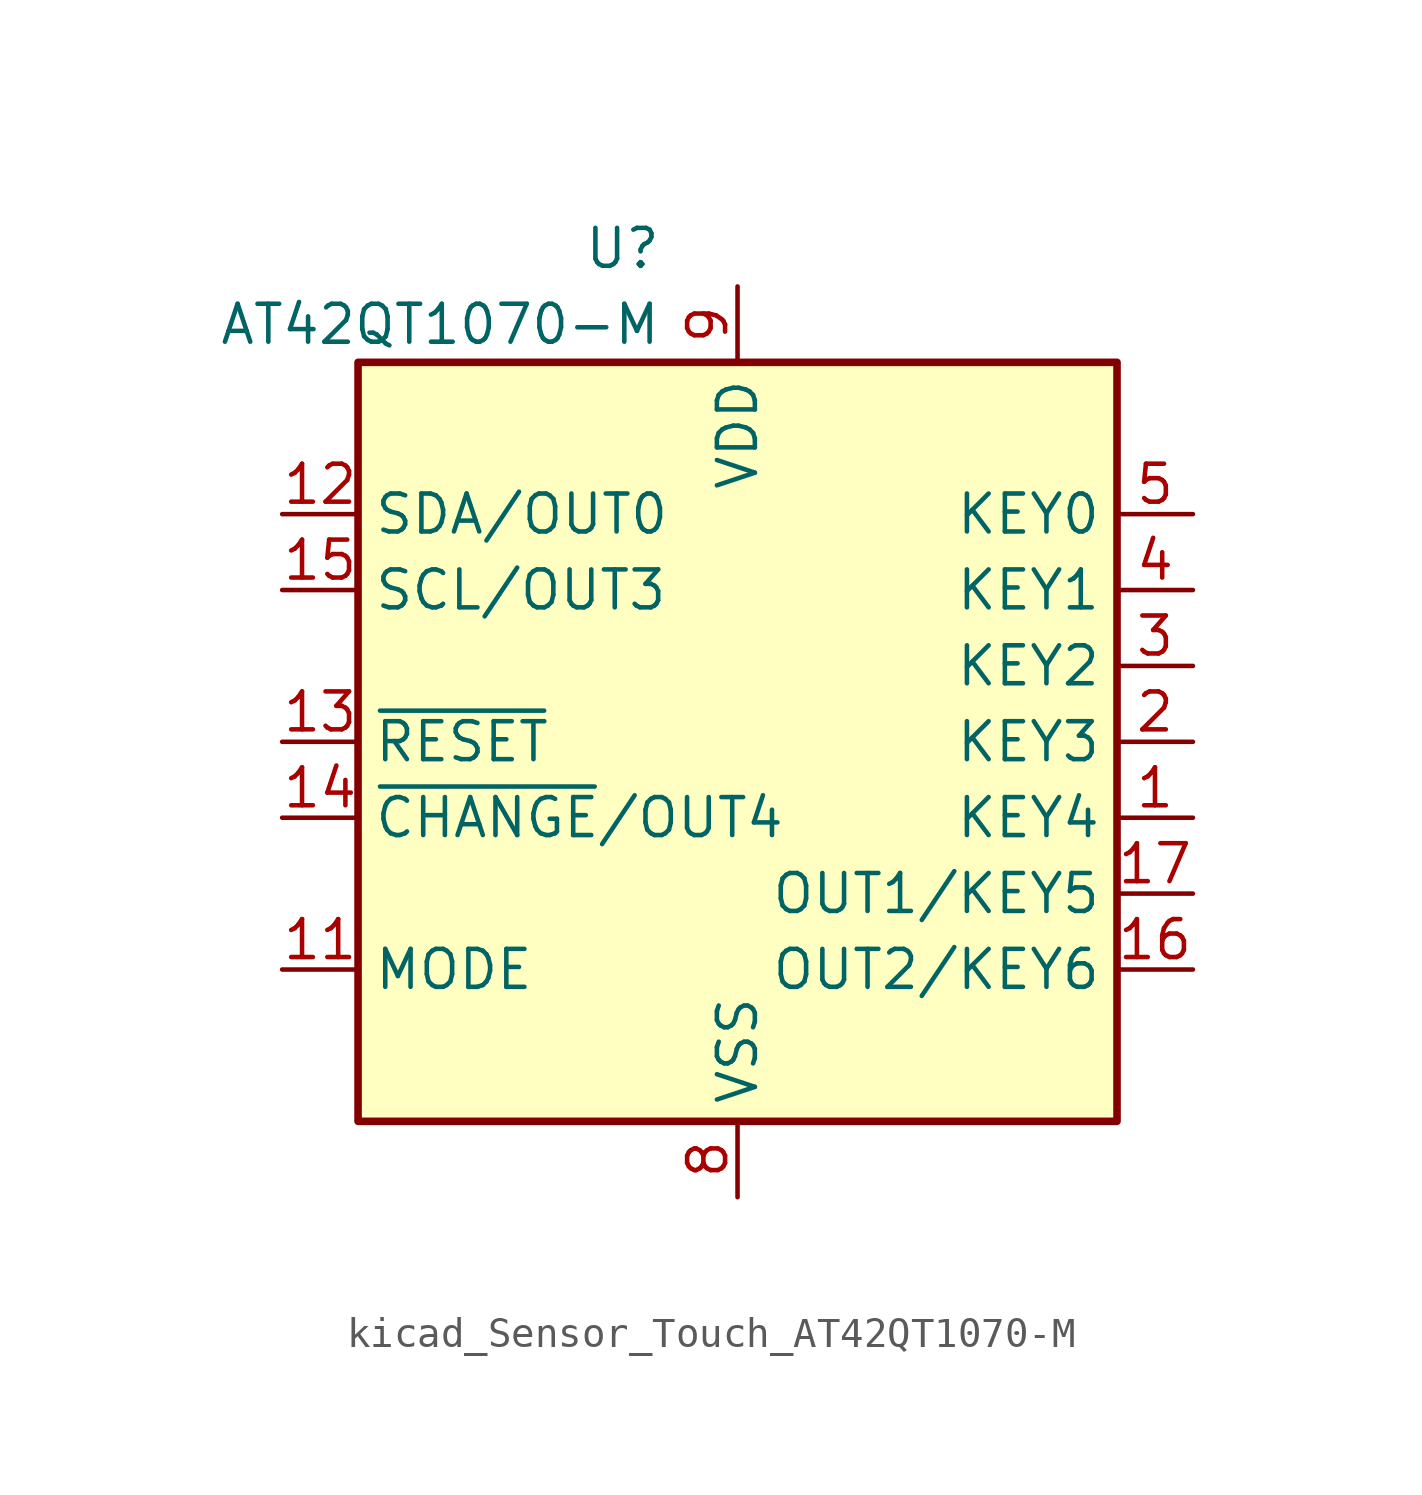
<source format=kicad_sym>
(kicad_symbol_lib
  (version 20220914)
  (generator kicad_symbol_editor)
  (symbol "kicad_Sensor_Touch_AT42QT1070-M"
    (property "Reference" "U"
      (at -2.54 16.51 0)
      (effects (font (size 1.27 1.27)) (justify right)))
    (property "Value" "AT42QT1070-M"
      (at -2.54 13.97 0)
      (effects (font (size 1.27 1.27)) (justify right)))
    (symbol "kicad_Sensor_Touch_AT42QT1070-M_0_1"
      (rectangle (start -12.7 12.7) (end 12.7 -12.7) (stroke (width 0.254) (type default)) (fill (type background))))
    (symbol "kicad_Sensor_Touch_AT42QT1070-M_1_1"
      (pin passive line (at 15.24 -2.54 180) (length 2.54) (name "KEY4" (effects (font (size 1.27 1.27)))) (number "1" (effects (font (size 1.27 1.27)))))
      (pin no_connect line (at -5.08 -12.7 90) (length 2.54) hide (name "NC" (effects (font (size 1.27 1.27)))) (number "10" (effects (font (size 1.27 1.27)))))
      (pin input line (at -15.24 -7.62 0) (length 2.54) (name "MODE" (effects (font (size 1.27 1.27)))) (number "11" (effects (font (size 1.27 1.27)))))
      (pin bidirectional line (at -15.24 7.62 0) (length 2.54) (name "SDA/OUT0" (effects (font (size 1.27 1.27)))) (number "12" (effects (font (size 1.27 1.27)))))
      (pin input line (at -15.24 0 0) (length 2.54) (name "~{RESET}" (effects (font (size 1.27 1.27)))) (number "13" (effects (font (size 1.27 1.27)))))
      (pin open_collector line (at -15.24 -2.54 0) (length 2.54) (name "~{CHANGE}/OUT4" (effects (font (size 1.27 1.27)))) (number "14" (effects (font (size 1.27 1.27)))))
      (pin bidirectional line (at -15.24 5.08 0) (length 2.54) (name "SCL/OUT3" (effects (font (size 1.27 1.27)))) (number "15" (effects (font (size 1.27 1.27)))))
      (pin output line (at 15.24 -7.62 180) (length 2.54) (name "OUT2/KEY6" (effects (font (size 1.27 1.27)))) (number "16" (effects (font (size 1.27 1.27)))))
      (pin output line (at 15.24 -5.08 180) (length 2.54) (name "OUT1/KEY5" (effects (font (size 1.27 1.27)))) (number "17" (effects (font (size 1.27 1.27)))))
      (pin no_connect line (at 5.08 -12.7 90) (length 2.54) hide (name "NC" (effects (font (size 1.27 1.27)))) (number "18" (effects (font (size 1.27 1.27)))))
      (pin no_connect line (at 7.62 -12.7 90) (length 2.54) hide (name "NC" (effects (font (size 1.27 1.27)))) (number "19" (effects (font (size 1.27 1.27)))))
      (pin passive line (at 15.24 0 180) (length 2.54) (name "KEY3" (effects (font (size 1.27 1.27)))) (number "2" (effects (font (size 1.27 1.27)))))
      (pin no_connect line (at 10.16 -12.7 90) (length 2.54) hide (name "NC" (effects (font (size 1.27 1.27)))) (number "20" (effects (font (size 1.27 1.27)))))
      (pin passive line (at 0 -15.24 90) (length 2.54) hide (name "VSS" (effects (font (size 1.27 1.27)))) (number "21" (effects (font (size 1.27 1.27)))))
      (pin passive line (at 15.24 2.54 180) (length 2.54) (name "KEY2" (effects (font (size 1.27 1.27)))) (number "3" (effects (font (size 1.27 1.27)))))
      (pin passive line (at 15.24 5.08 180) (length 2.54) (name "KEY1" (effects (font (size 1.27 1.27)))) (number "4" (effects (font (size 1.27 1.27)))))
      (pin passive line (at 15.24 7.62 180) (length 2.54) (name "KEY0" (effects (font (size 1.27 1.27)))) (number "5" (effects (font (size 1.27 1.27)))))
      (pin no_connect line (at -10.16 -12.7 90) (length 2.54) hide (name "NC" (effects (font (size 1.27 1.27)))) (number "6" (effects (font (size 1.27 1.27)))))
      (pin no_connect line (at -7.62 -12.7 90) (length 2.54) hide (name "NC" (effects (font (size 1.27 1.27)))) (number "7" (effects (font (size 1.27 1.27)))))
      (pin power_in line (at 0 -15.24 90) (length 2.54) (name "VSS" (effects (font (size 1.27 1.27)))) (number "8" (effects (font (size 1.27 1.27)))))
      (pin power_in line (at 0 15.24 270) (length 2.54) (name "VDD" (effects (font (size 1.27 1.27)))) (number "9" (effects (font (size 1.27 1.27))))))))
</source>
